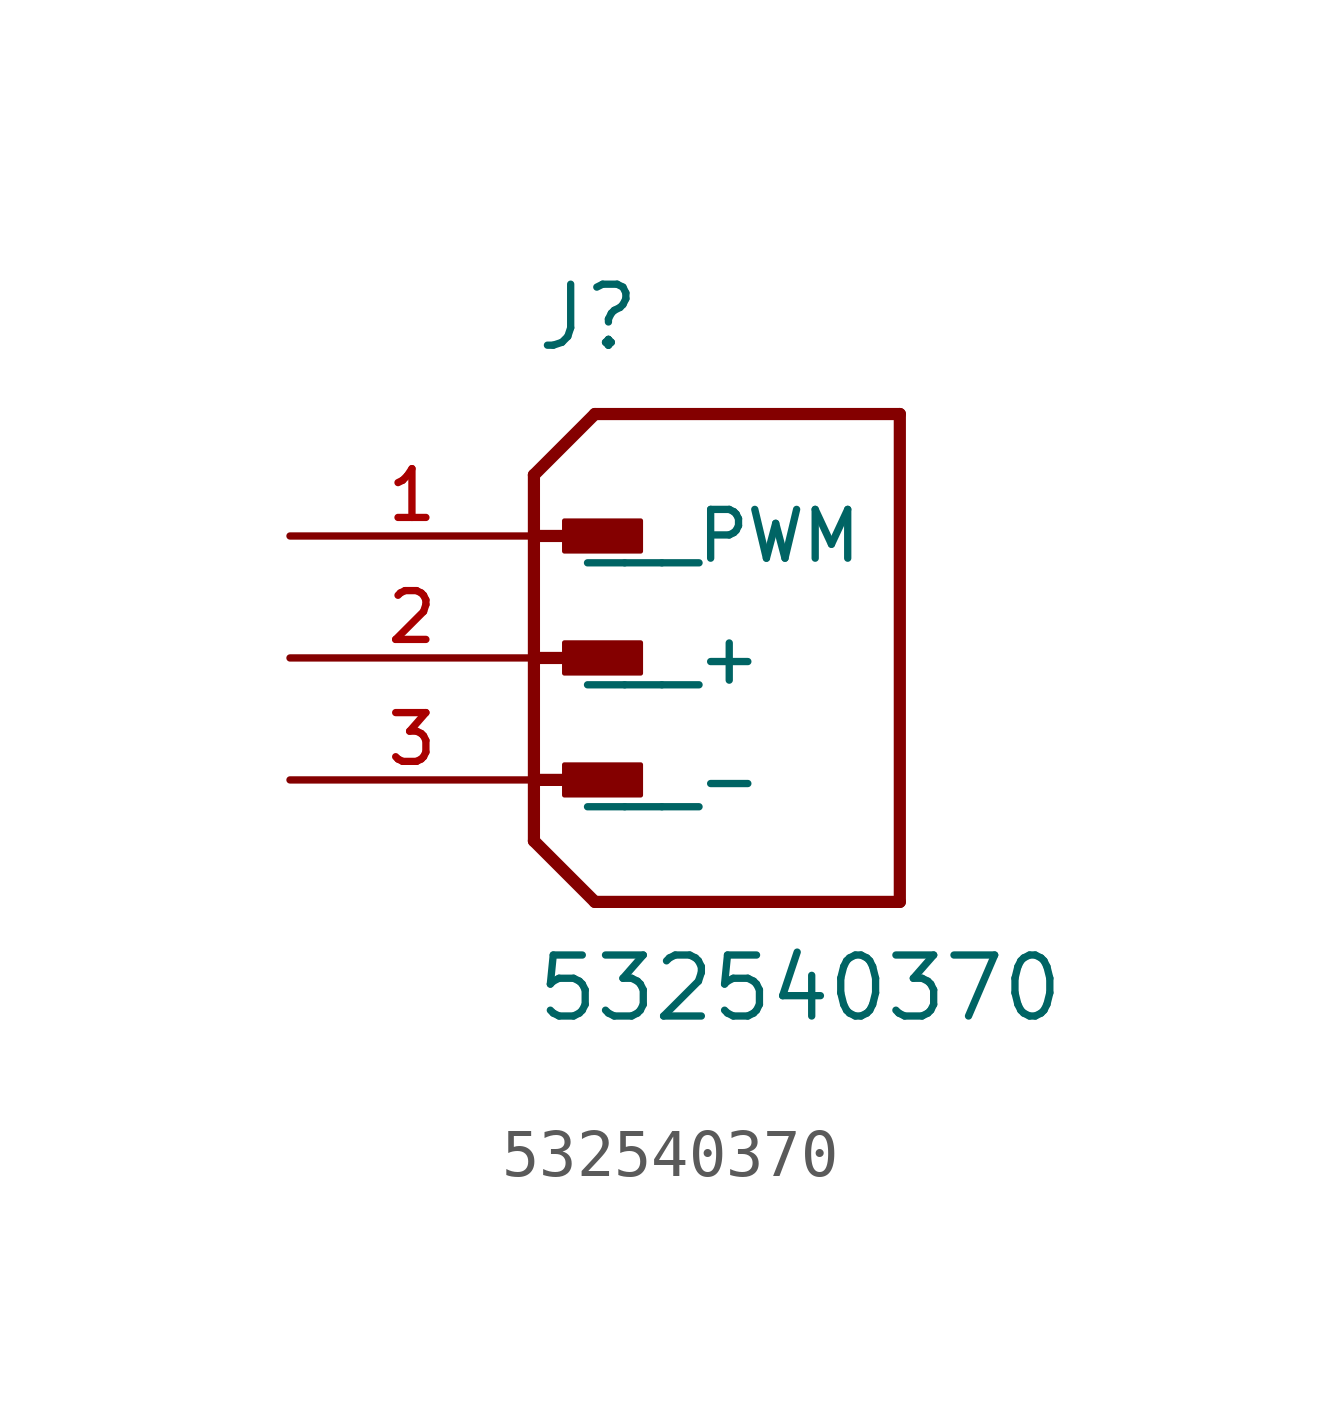
<source format=kicad_sym>
(kicad_symbol_lib
  (version 20220914)
  (generator kicad_symbol_editor)
  (symbol "532540370"
    (pin_names
      (offset 1.016))
    (property "Reference" "J"
      (at 0 6.35 0)
      (effects (font (size 1.27 1.27)) (justify left bottom)))
    (property "Value" "532540370"
      (at 0 -7.62 0)
      (effects (font (size 1.27 1.27)) (justify left bottom)))
    (symbol "532540370_0_0"
      (polyline (pts (xy 0 -3.81) (xy 1.27 -5.08)) (stroke (width 0.254) (type default)) (fill (type none)))
      (polyline (pts (xy 0 -2.54) (xy 1.905 -2.54)) (stroke (width 0.254) (type default)) (fill (type none)))
      (polyline (pts (xy 0 0) (xy 1.905 0)) (stroke (width 0.254) (type default)) (fill (type none)))
      (polyline (pts (xy 0 2.54) (xy 0 -3.81)) (stroke (width 0.254) (type default)) (fill (type none)))
      (polyline (pts (xy 0 2.54) (xy 1.905 2.54)) (stroke (width 0.254) (type default)) (fill (type none)))
      (polyline (pts (xy 0 3.81) (xy 0 2.54)) (stroke (width 0.254) (type default)) (fill (type none)))
      (polyline (pts (xy 0 3.81) (xy 1.27 5.08)) (stroke (width 0.254) (type default)) (fill (type none)))
      (polyline (pts (xy 1.27 -5.08) (xy 7.62 -5.08)) (stroke (width 0.254) (type default)) (fill (type none)))
      (polyline (pts (xy 7.62 -5.08) (xy 7.62 5.08)) (stroke (width 0.254) (type default)) (fill (type none)))
      (polyline (pts (xy 7.62 5.08) (xy 1.27 5.08)) (stroke (width 0.254) (type default)) (fill (type none)))
      (rectangle (start 0.635 -2.857) (end 2.223 -2.223) (stroke (width 0.1) (type default)) (fill (type outline)))
      (rectangle (start 0.635 0.318) (end 2.223 -0.318) (stroke (width 0.1) (type default)) (fill (type outline)))
      (rectangle (start 0.635 2.223) (end 2.223 2.857) (stroke (width 0.1) (type default)) (fill (type outline))))
    (symbol "532540370_1_0"
      (pin passive line (at -5.08 2.54 0) (length 5.08) (name "___PWM" (effects (font (size 1.016 1.016)))) (number "1" (effects (font (size 1.016 1.016)))))
      (pin passive line (at -5.08 0 0) (length 5.08) (name "___+" (effects (font (size 1.016 1.016)))) (number "2" (effects (font (size 1.016 1.016)))))
      (pin passive line (at -5.08 -2.54 0) (length 5.08) (name "___-" (effects (font (size 1.016 1.016)))) (number "3" (effects (font (size 1.016 1.016))))))))
</source>
